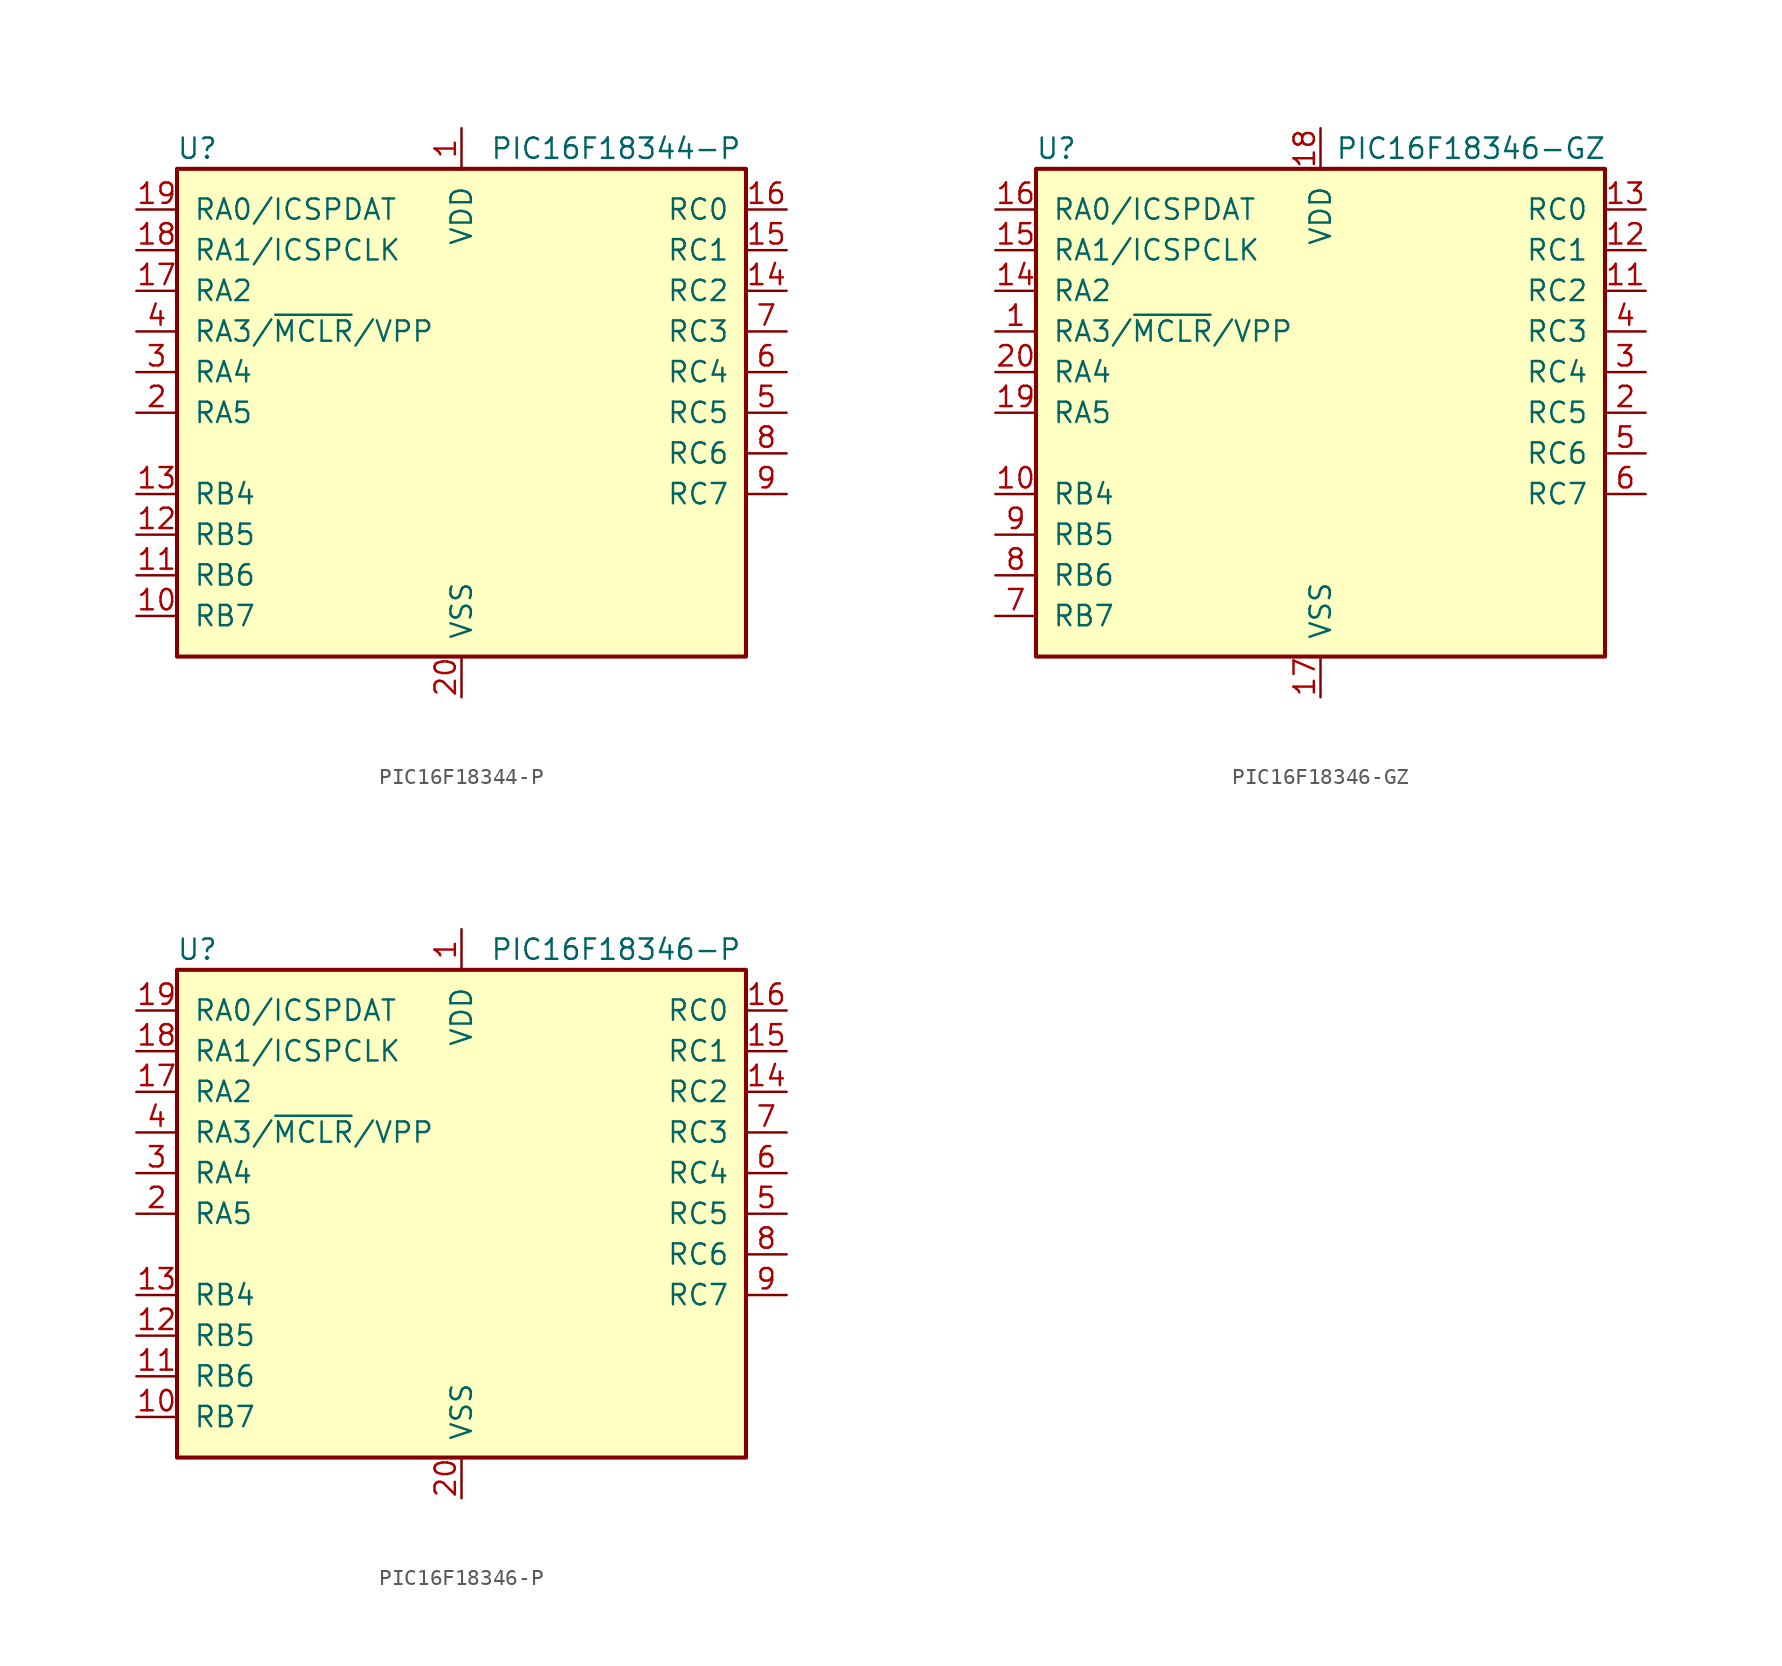
<source format=kicad_sym>
(kicad_symbol_lib
  (version 20220914)
  (generator kicad_symbol_editor)
  (symbol "PIC16F18344-P"
    (pin_names
      (offset 1.016))
    (property "Reference" "U"
      (at -16.51 16.51 0)
      (effects (font (size 1.27 1.27))))
    (property "Value" "PIC16F18344-P"
      (at 9.652 16.51 0)
      (effects (font (size 1.27 1.27))))
    (symbol "PIC16F18344-P_0_1"
      (rectangle (start -17.78 15.24) (end 17.78 -15.24) (stroke (width 0.254) (type default)) (fill (type background))))
    (symbol "PIC16F18344-P_1_1"
      (pin power_in line (at 0 17.78 270) (length 2.54) (name "VDD" (effects (font (size 1.27 1.27)))) (number "1" (effects (font (size 1.27 1.27)))))
      (pin bidirectional line (at -20.32 -12.7 0) (length 2.54) (name "RB7" (effects (font (size 1.27 1.27)))) (number "10" (effects (font (size 1.27 1.27)))))
      (pin bidirectional line (at -20.32 -10.16 0) (length 2.54) (name "RB6" (effects (font (size 1.27 1.27)))) (number "11" (effects (font (size 1.27 1.27)))))
      (pin bidirectional line (at -20.32 -7.62 0) (length 2.54) (name "RB5" (effects (font (size 1.27 1.27)))) (number "12" (effects (font (size 1.27 1.27)))))
      (pin bidirectional line (at -20.32 -5.08 0) (length 2.54) (name "RB4" (effects (font (size 1.27 1.27)))) (number "13" (effects (font (size 1.27 1.27)))))
      (pin bidirectional line (at 20.32 7.62 180) (length 2.54) (name "RC2" (effects (font (size 1.27 1.27)))) (number "14" (effects (font (size 1.27 1.27)))))
      (pin bidirectional line (at 20.32 10.16 180) (length 2.54) (name "RC1" (effects (font (size 1.27 1.27)))) (number "15" (effects (font (size 1.27 1.27)))))
      (pin bidirectional line (at 20.32 12.7 180) (length 2.54) (name "RC0" (effects (font (size 1.27 1.27)))) (number "16" (effects (font (size 1.27 1.27)))))
      (pin bidirectional line (at -20.32 7.62 0) (length 2.54) (name "RA2" (effects (font (size 1.27 1.27)))) (number "17" (effects (font (size 1.27 1.27)))))
      (pin bidirectional line (at -20.32 10.16 0) (length 2.54) (name "RA1/ICSPCLK" (effects (font (size 1.27 1.27)))) (number "18" (effects (font (size 1.27 1.27)))))
      (pin bidirectional line (at -20.32 12.7 0) (length 2.54) (name "RA0/ICSPDAT" (effects (font (size 1.27 1.27)))) (number "19" (effects (font (size 1.27 1.27)))))
      (pin bidirectional line (at -20.32 0 0) (length 2.54) (name "RA5" (effects (font (size 1.27 1.27)))) (number "2" (effects (font (size 1.27 1.27)))))
      (pin power_in line (at 0 -17.78 90) (length 2.54) (name "VSS" (effects (font (size 1.27 1.27)))) (number "20" (effects (font (size 1.27 1.27)))))
      (pin bidirectional line (at -20.32 2.54 0) (length 2.54) (name "RA4" (effects (font (size 1.27 1.27)))) (number "3" (effects (font (size 1.27 1.27)))))
      (pin bidirectional line (at -20.32 5.08 0) (length 2.54) (name "RA3/~{MCLR}/VPP" (effects (font (size 1.27 1.27)))) (number "4" (effects (font (size 1.27 1.27)))))
      (pin bidirectional line (at 20.32 0 180) (length 2.54) (name "RC5" (effects (font (size 1.27 1.27)))) (number "5" (effects (font (size 1.27 1.27)))))
      (pin bidirectional line (at 20.32 2.54 180) (length 2.54) (name "RC4" (effects (font (size 1.27 1.27)))) (number "6" (effects (font (size 1.27 1.27)))))
      (pin bidirectional line (at 20.32 5.08 180) (length 2.54) (name "RC3" (effects (font (size 1.27 1.27)))) (number "7" (effects (font (size 1.27 1.27)))))
      (pin bidirectional line (at 20.32 -2.54 180) (length 2.54) (name "RC6" (effects (font (size 1.27 1.27)))) (number "8" (effects (font (size 1.27 1.27)))))
      (pin bidirectional line (at 20.32 -5.08 180) (length 2.54) (name "RC7" (effects (font (size 1.27 1.27)))) (number "9" (effects (font (size 1.27 1.27)))))))
  (symbol "PIC16F18346-GZ"
    (pin_names
      (offset 1.016))
    (property "Reference" "U"
      (at -16.51 16.51 0)
      (effects (font (size 1.27 1.27))))
    (property "Value" "PIC16F18346-GZ"
      (at 9.398 16.51 0)
      (effects (font (size 1.27 1.27))))
    (symbol "PIC16F18346-GZ_0_1"
      (rectangle (start -17.78 15.24) (end 17.78 -15.24) (stroke (width 0.254) (type default)) (fill (type background))))
    (symbol "PIC16F18346-GZ_1_1"
      (pin bidirectional line (at -20.32 5.08 0) (length 2.54) (name "RA3/~{MCLR}/VPP" (effects (font (size 1.27 1.27)))) (number "1" (effects (font (size 1.27 1.27)))))
      (pin bidirectional line (at -20.32 -5.08 0) (length 2.54) (name "RB4" (effects (font (size 1.27 1.27)))) (number "10" (effects (font (size 1.27 1.27)))))
      (pin bidirectional line (at 20.32 7.62 180) (length 2.54) (name "RC2" (effects (font (size 1.27 1.27)))) (number "11" (effects (font (size 1.27 1.27)))))
      (pin bidirectional line (at 20.32 10.16 180) (length 2.54) (name "RC1" (effects (font (size 1.27 1.27)))) (number "12" (effects (font (size 1.27 1.27)))))
      (pin bidirectional line (at 20.32 12.7 180) (length 2.54) (name "RC0" (effects (font (size 1.27 1.27)))) (number "13" (effects (font (size 1.27 1.27)))))
      (pin bidirectional line (at -20.32 7.62 0) (length 2.54) (name "RA2" (effects (font (size 1.27 1.27)))) (number "14" (effects (font (size 1.27 1.27)))))
      (pin bidirectional line (at -20.32 10.16 0) (length 2.54) (name "RA1/ICSPCLK" (effects (font (size 1.27 1.27)))) (number "15" (effects (font (size 1.27 1.27)))))
      (pin bidirectional line (at -20.32 12.7 0) (length 2.54) (name "RA0/ICSPDAT" (effects (font (size 1.27 1.27)))) (number "16" (effects (font (size 1.27 1.27)))))
      (pin power_in line (at 0 -17.78 90) (length 2.54) (name "VSS" (effects (font (size 1.27 1.27)))) (number "17" (effects (font (size 1.27 1.27)))))
      (pin power_in line (at 0 17.78 270) (length 2.54) (name "VDD" (effects (font (size 1.27 1.27)))) (number "18" (effects (font (size 1.27 1.27)))))
      (pin bidirectional line (at -20.32 0 0) (length 2.54) (name "RA5" (effects (font (size 1.27 1.27)))) (number "19" (effects (font (size 1.27 1.27)))))
      (pin bidirectional line (at 20.32 0 180) (length 2.54) (name "RC5" (effects (font (size 1.27 1.27)))) (number "2" (effects (font (size 1.27 1.27)))))
      (pin bidirectional line (at -20.32 2.54 0) (length 2.54) (name "RA4" (effects (font (size 1.27 1.27)))) (number "20" (effects (font (size 1.27 1.27)))))
      (pin bidirectional line (at 20.32 2.54 180) (length 2.54) (name "RC4" (effects (font (size 1.27 1.27)))) (number "3" (effects (font (size 1.27 1.27)))))
      (pin bidirectional line (at 20.32 5.08 180) (length 2.54) (name "RC3" (effects (font (size 1.27 1.27)))) (number "4" (effects (font (size 1.27 1.27)))))
      (pin bidirectional line (at 20.32 -2.54 180) (length 2.54) (name "RC6" (effects (font (size 1.27 1.27)))) (number "5" (effects (font (size 1.27 1.27)))))
      (pin bidirectional line (at 20.32 -5.08 180) (length 2.54) (name "RC7" (effects (font (size 1.27 1.27)))) (number "6" (effects (font (size 1.27 1.27)))))
      (pin bidirectional line (at -20.32 -12.7 0) (length 2.54) (name "RB7" (effects (font (size 1.27 1.27)))) (number "7" (effects (font (size 1.27 1.27)))))
      (pin bidirectional line (at -20.32 -10.16 0) (length 2.54) (name "RB6" (effects (font (size 1.27 1.27)))) (number "8" (effects (font (size 1.27 1.27)))))
      (pin bidirectional line (at -20.32 -7.62 0) (length 2.54) (name "RB5" (effects (font (size 1.27 1.27)))) (number "9" (effects (font (size 1.27 1.27)))))))
  (symbol "PIC16F18346-P"
    (pin_names
      (offset 1.016))
    (property "Reference" "U"
      (at -16.51 16.51 0)
      (effects (font (size 1.27 1.27))))
    (property "Value" "PIC16F18346-P"
      (at 9.652 16.51 0)
      (effects (font (size 1.27 1.27))))
    (symbol "PIC16F18346-P_0_1"
      (rectangle (start -17.78 15.24) (end 17.78 -15.24) (stroke (width 0.254) (type default)) (fill (type background))))
    (symbol "PIC16F18346-P_1_1"
      (pin power_in line (at 0 17.78 270) (length 2.54) (name "VDD" (effects (font (size 1.27 1.27)))) (number "1" (effects (font (size 1.27 1.27)))))
      (pin bidirectional line (at -20.32 -12.7 0) (length 2.54) (name "RB7" (effects (font (size 1.27 1.27)))) (number "10" (effects (font (size 1.27 1.27)))))
      (pin bidirectional line (at -20.32 -10.16 0) (length 2.54) (name "RB6" (effects (font (size 1.27 1.27)))) (number "11" (effects (font (size 1.27 1.27)))))
      (pin bidirectional line (at -20.32 -7.62 0) (length 2.54) (name "RB5" (effects (font (size 1.27 1.27)))) (number "12" (effects (font (size 1.27 1.27)))))
      (pin bidirectional line (at -20.32 -5.08 0) (length 2.54) (name "RB4" (effects (font (size 1.27 1.27)))) (number "13" (effects (font (size 1.27 1.27)))))
      (pin bidirectional line (at 20.32 7.62 180) (length 2.54) (name "RC2" (effects (font (size 1.27 1.27)))) (number "14" (effects (font (size 1.27 1.27)))))
      (pin bidirectional line (at 20.32 10.16 180) (length 2.54) (name "RC1" (effects (font (size 1.27 1.27)))) (number "15" (effects (font (size 1.27 1.27)))))
      (pin bidirectional line (at 20.32 12.7 180) (length 2.54) (name "RC0" (effects (font (size 1.27 1.27)))) (number "16" (effects (font (size 1.27 1.27)))))
      (pin bidirectional line (at -20.32 7.62 0) (length 2.54) (name "RA2" (effects (font (size 1.27 1.27)))) (number "17" (effects (font (size 1.27 1.27)))))
      (pin bidirectional line (at -20.32 10.16 0) (length 2.54) (name "RA1/ICSPCLK" (effects (font (size 1.27 1.27)))) (number "18" (effects (font (size 1.27 1.27)))))
      (pin bidirectional line (at -20.32 12.7 0) (length 2.54) (name "RA0/ICSPDAT" (effects (font (size 1.27 1.27)))) (number "19" (effects (font (size 1.27 1.27)))))
      (pin bidirectional line (at -20.32 0 0) (length 2.54) (name "RA5" (effects (font (size 1.27 1.27)))) (number "2" (effects (font (size 1.27 1.27)))))
      (pin power_in line (at 0 -17.78 90) (length 2.54) (name "VSS" (effects (font (size 1.27 1.27)))) (number "20" (effects (font (size 1.27 1.27)))))
      (pin bidirectional line (at -20.32 2.54 0) (length 2.54) (name "RA4" (effects (font (size 1.27 1.27)))) (number "3" (effects (font (size 1.27 1.27)))))
      (pin bidirectional line (at -20.32 5.08 0) (length 2.54) (name "RA3/~{MCLR}/VPP" (effects (font (size 1.27 1.27)))) (number "4" (effects (font (size 1.27 1.27)))))
      (pin bidirectional line (at 20.32 0 180) (length 2.54) (name "RC5" (effects (font (size 1.27 1.27)))) (number "5" (effects (font (size 1.27 1.27)))))
      (pin bidirectional line (at 20.32 2.54 180) (length 2.54) (name "RC4" (effects (font (size 1.27 1.27)))) (number "6" (effects (font (size 1.27 1.27)))))
      (pin bidirectional line (at 20.32 5.08 180) (length 2.54) (name "RC3" (effects (font (size 1.27 1.27)))) (number "7" (effects (font (size 1.27 1.27)))))
      (pin bidirectional line (at 20.32 -2.54 180) (length 2.54) (name "RC6" (effects (font (size 1.27 1.27)))) (number "8" (effects (font (size 1.27 1.27)))))
      (pin bidirectional line (at 20.32 -5.08 180) (length 2.54) (name "RC7" (effects (font (size 1.27 1.27)))) (number "9" (effects (font (size 1.27 1.27))))))))
</source>
